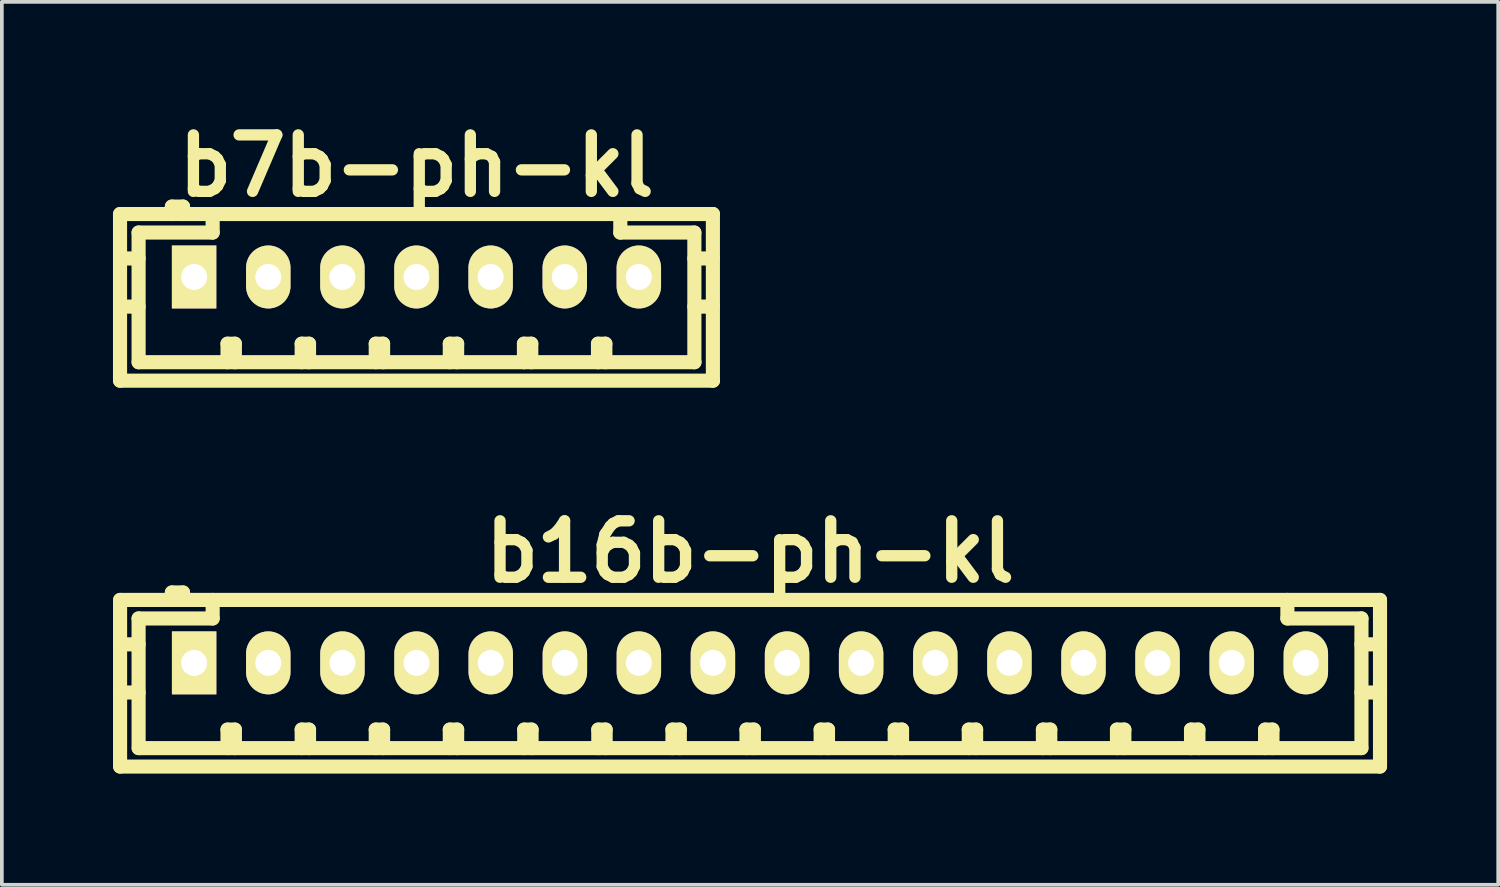
<source format=kicad_pcb>
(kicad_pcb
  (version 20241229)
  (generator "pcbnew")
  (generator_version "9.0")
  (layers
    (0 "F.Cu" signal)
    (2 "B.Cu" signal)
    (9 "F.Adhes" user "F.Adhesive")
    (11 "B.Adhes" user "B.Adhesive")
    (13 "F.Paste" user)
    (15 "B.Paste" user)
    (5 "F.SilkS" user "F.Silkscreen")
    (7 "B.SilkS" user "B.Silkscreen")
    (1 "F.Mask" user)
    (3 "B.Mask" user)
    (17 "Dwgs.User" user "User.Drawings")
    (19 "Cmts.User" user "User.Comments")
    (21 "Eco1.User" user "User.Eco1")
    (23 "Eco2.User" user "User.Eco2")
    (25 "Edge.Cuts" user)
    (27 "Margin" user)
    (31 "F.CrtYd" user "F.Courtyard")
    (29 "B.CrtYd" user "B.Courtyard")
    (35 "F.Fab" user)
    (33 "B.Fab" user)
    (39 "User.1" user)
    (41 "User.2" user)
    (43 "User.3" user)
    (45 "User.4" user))
  (footprint "b7b-ph-kl"
    (layer "F.Cu")
    (at 8.194 4.426)
    (property "Reference" "b7b-ph-kl" (at 0 -3 0) (layer "F.SilkS") (effects (font (size 1.524 1.524) (thickness 0.305))))
    (attr through_hole)
    (fp_line (start -8.004 -1.699) (end -8.004 2.799) (stroke (width 0.381) (type solid)) (layer "F.SilkS"))
    (fp_line (start -8.001 -1.699) (end 8.001 -1.699) (stroke (width 0.381) (type solid)) (layer "F.SilkS"))
    (fp_line (start -8.001 2.799) (end 8.001 2.799) (stroke (width 0.381) (type solid)) (layer "F.SilkS"))
    (fp_line (start -7.503 -1.199) (end -7.503 2.301) (stroke (width 0.381) (type solid)) (layer "F.SilkS"))
    (fp_line (start -7.503 -0.5) (end -8.004 -0.5) (stroke (width 0.381) (type solid)) (layer "F.SilkS"))
    (fp_line (start -7.503 0.8) (end -8.004 0.8) (stroke (width 0.381) (type solid)) (layer "F.SilkS"))
    (fp_line (start -6.604 -1.9) (end -6.604 -1.699) (stroke (width 0.381) (type solid)) (layer "F.SilkS"))
    (fp_line (start -6.304 -1.9) (end -6.604 -1.9) (stroke (width 0.381) (type solid)) (layer "F.SilkS"))
    (fp_line (start -6.304 -1.699) (end -6.304 -1.9) (stroke (width 0.381) (type solid)) (layer "F.SilkS"))
    (fp_line (start -5.504 -1.699) (end -5.504 -1.199) (stroke (width 0.381) (type solid)) (layer "F.SilkS"))
    (fp_line (start -5.504 -1.199) (end -7.503 -1.199) (stroke (width 0.381) (type solid)) (layer "F.SilkS"))
    (fp_line (start -5.103 1.801) (end -4.905 1.801) (stroke (width 0.381) (type solid)) (layer "F.SilkS"))
    (fp_line (start -5.103 2.301) (end -5.103 1.801) (stroke (width 0.381) (type solid)) (layer "F.SilkS"))
    (fp_line (start -4.905 1.801) (end -4.905 2.301) (stroke (width 0.381) (type solid)) (layer "F.SilkS"))
    (fp_line (start -3.101 1.801) (end -2.903 1.801) (stroke (width 0.381) (type solid)) (layer "F.SilkS"))
    (fp_line (start -3.101 2.301) (end -3.101 1.801) (stroke (width 0.381) (type solid)) (layer "F.SilkS"))
    (fp_line (start -2.903 1.801) (end -2.903 2.301) (stroke (width 0.381) (type solid)) (layer "F.SilkS"))
    (fp_line (start -1.102 1.801) (end -0.904 1.801) (stroke (width 0.381) (type solid)) (layer "F.SilkS"))
    (fp_line (start -1.102 2.301) (end -1.102 1.801) (stroke (width 0.381) (type solid)) (layer "F.SilkS"))
    (fp_line (start -0.904 1.801) (end -0.904 2.301) (stroke (width 0.381) (type solid)) (layer "F.SilkS"))
    (fp_line (start 0.897 1.801) (end 1.095 1.801) (stroke (width 0.381) (type solid)) (layer "F.SilkS"))
    (fp_line (start 0.897 2.301) (end 0.897 1.801) (stroke (width 0.381) (type solid)) (layer "F.SilkS"))
    (fp_line (start 1.095 1.801) (end 1.095 2.301) (stroke (width 0.381) (type solid)) (layer "F.SilkS"))
    (fp_line (start 2.898 1.801) (end 3.096 1.801) (stroke (width 0.381) (type solid)) (layer "F.SilkS"))
    (fp_line (start 2.898 2.301) (end 2.898 1.801) (stroke (width 0.381) (type solid)) (layer "F.SilkS"))
    (fp_line (start 3.096 1.801) (end 3.096 2.301) (stroke (width 0.381) (type solid)) (layer "F.SilkS"))
    (fp_line (start 4.897 1.801) (end 5.095 1.801) (stroke (width 0.381) (type solid)) (layer "F.SilkS"))
    (fp_line (start 4.897 2.301) (end 4.897 1.801) (stroke (width 0.381) (type solid)) (layer "F.SilkS"))
    (fp_line (start 5.095 1.801) (end 5.095 2.301) (stroke (width 0.381) (type solid)) (layer "F.SilkS"))
    (fp_line (start 5.499 -1.199) (end 5.499 -1.699) (stroke (width 0.381) (type solid)) (layer "F.SilkS"))
    (fp_line (start 7.498 -1.199) (end 5.499 -1.199) (stroke (width 0.381) (type solid)) (layer "F.SilkS"))
    (fp_line (start 7.498 0.8) (end 7.998 0.8) (stroke (width 0.381) (type solid)) (layer "F.SilkS"))
    (fp_line (start 7.498 2.301) (end 7.498 -1.199) (stroke (width 0.381) (type solid)) (layer "F.SilkS"))
    (fp_line (start 7.501 2.301) (end -7.501 2.301) (stroke (width 0.381) (type solid)) (layer "F.SilkS"))
    (fp_line (start 7.998 -1.699) (end 7.998 2.799) (stroke (width 0.381) (type solid)) (layer "F.SilkS"))
    (fp_line (start 7.998 -0.5) (end 7.498 -0.5) (stroke (width 0.381) (type solid)) (layer "F.SilkS"))
    (pad "1" thru_hole rect (at -6.005 0) (size 1.199 1.699) (drill 0.701) (layers "*.Cu" "*.Mask" "F.SilkS"))
    (pad "2" thru_hole oval (at -4.003 0) (size 1.199 1.699) (drill 0.701) (layers "*.Cu" "*.Mask" "F.SilkS"))
    (pad "3" thru_hole oval (at -2.002 0) (size 1.199 1.699) (drill 0.701) (layers "*.Cu" "*.Mask" "F.SilkS"))
    (pad "4" thru_hole oval (at -0.003 0) (size 1.199 1.699) (drill 0.701) (layers "*.Cu" "*.Mask" "F.SilkS"))
    (pad "5" thru_hole oval (at 1.999 0) (size 1.199 1.699) (drill 0.701) (layers "*.Cu" "*.Mask" "F.SilkS"))
    (pad "6" thru_hole oval (at 4 0) (size 1.199 1.699) (drill 0.701) (layers "*.Cu" "*.Mask" "F.SilkS"))
    (pad "7" thru_hole oval (at 5.999 0) (size 1.199 1.699) (drill 0.701) (layers "*.Cu" "*.Mask" "F.SilkS")))
  (footprint "b16b-ph-kl"
    (layer "F.Cu")
    (at 17.196 14.842)
    (property "Reference" "b16b-ph-kl" (at 0 -3 0) (layer "F.SilkS") (effects (font (size 1.524 1.524) (thickness 0.305))))
    (attr through_hole)
    (fp_line (start -17.005 -1.699) (end -17.005 2.799) (stroke (width 0.381) (type solid)) (layer "F.SilkS"))
    (fp_line (start -16.505 -1.199) (end -16.505 2.301) (stroke (width 0.381) (type solid)) (layer "F.SilkS"))
    (fp_line (start -16.505 -0.5) (end -17.005 -0.5) (stroke (width 0.381) (type solid)) (layer "F.SilkS"))
    (fp_line (start -16.505 0.8) (end -17.005 0.8) (stroke (width 0.381) (type solid)) (layer "F.SilkS"))
    (fp_line (start -16.5 2.301) (end 16.5 2.301) (stroke (width 0.381) (type solid)) (layer "F.SilkS"))
    (fp_line (start -15.606 -1.9) (end -15.606 -1.699) (stroke (width 0.381) (type solid)) (layer "F.SilkS"))
    (fp_line (start -15.306 -1.9) (end -15.606 -1.9) (stroke (width 0.381) (type solid)) (layer "F.SilkS"))
    (fp_line (start -15.306 -1.699) (end -15.306 -1.9) (stroke (width 0.381) (type solid)) (layer "F.SilkS"))
    (fp_line (start -14.506 -1.699) (end -14.506 -1.199) (stroke (width 0.381) (type solid)) (layer "F.SilkS"))
    (fp_line (start -14.506 -1.199) (end -16.505 -1.199) (stroke (width 0.381) (type solid)) (layer "F.SilkS"))
    (fp_line (start -14.105 1.801) (end -13.906 1.801) (stroke (width 0.381) (type solid)) (layer "F.SilkS"))
    (fp_line (start -14.105 2.301) (end -14.105 1.801) (stroke (width 0.381) (type solid)) (layer "F.SilkS"))
    (fp_line (start -13.906 1.801) (end -13.906 2.301) (stroke (width 0.381) (type solid)) (layer "F.SilkS"))
    (fp_line (start -12.103 1.801) (end -11.905 1.801) (stroke (width 0.381) (type solid)) (layer "F.SilkS"))
    (fp_line (start -12.103 2.301) (end -12.103 1.801) (stroke (width 0.381) (type solid)) (layer "F.SilkS"))
    (fp_line (start -11.905 1.801) (end -11.905 2.301) (stroke (width 0.381) (type solid)) (layer "F.SilkS"))
    (fp_line (start -10.104 1.801) (end -9.906 1.801) (stroke (width 0.381) (type solid)) (layer "F.SilkS"))
    (fp_line (start -10.104 2.301) (end -10.104 1.801) (stroke (width 0.381) (type solid)) (layer "F.SilkS"))
    (fp_line (start -9.906 1.801) (end -9.906 2.301) (stroke (width 0.381) (type solid)) (layer "F.SilkS"))
    (fp_line (start -8.105 1.801) (end -7.907 1.801) (stroke (width 0.381) (type solid)) (layer "F.SilkS"))
    (fp_line (start -8.105 2.301) (end -8.105 1.801) (stroke (width 0.381) (type solid)) (layer "F.SilkS"))
    (fp_line (start -7.907 1.801) (end -7.907 2.301) (stroke (width 0.381) (type solid)) (layer "F.SilkS"))
    (fp_line (start -6.096 1.801) (end -5.898 1.801) (stroke (width 0.381) (type solid)) (layer "F.SilkS"))
    (fp_line (start -6.096 2.301) (end -6.096 1.801) (stroke (width 0.381) (type solid)) (layer "F.SilkS"))
    (fp_line (start -5.898 1.801) (end -5.898 2.301) (stroke (width 0.381) (type solid)) (layer "F.SilkS"))
    (fp_line (start -4.097 1.801) (end -3.899 1.801) (stroke (width 0.381) (type solid)) (layer "F.SilkS"))
    (fp_line (start -4.097 2.301) (end -4.097 1.801) (stroke (width 0.381) (type solid)) (layer "F.SilkS"))
    (fp_line (start -3.899 1.801) (end -3.899 2.301) (stroke (width 0.381) (type solid)) (layer "F.SilkS"))
    (fp_line (start -2.095 1.801) (end -1.897 1.801) (stroke (width 0.381) (type solid)) (layer "F.SilkS"))
    (fp_line (start -2.095 2.301) (end -2.095 1.801) (stroke (width 0.381) (type solid)) (layer "F.SilkS"))
    (fp_line (start -1.897 1.801) (end -1.897 2.301) (stroke (width 0.381) (type solid)) (layer "F.SilkS"))
    (fp_line (start -0.097 1.801) (end 0.102 1.801) (stroke (width 0.381) (type solid)) (layer "F.SilkS"))
    (fp_line (start -0.097 2.301) (end -0.097 1.801) (stroke (width 0.381) (type solid)) (layer "F.SilkS"))
    (fp_line (start 0.102 1.801) (end 0.102 2.301) (stroke (width 0.381) (type solid)) (layer "F.SilkS"))
    (fp_line (start 1.905 1.801) (end 2.103 1.801) (stroke (width 0.381) (type solid)) (layer "F.SilkS"))
    (fp_line (start 1.905 2.301) (end 1.905 1.801) (stroke (width 0.381) (type solid)) (layer "F.SilkS"))
    (fp_line (start 2.103 1.801) (end 2.103 2.301) (stroke (width 0.381) (type solid)) (layer "F.SilkS"))
    (fp_line (start 3.904 1.801) (end 4.102 1.801) (stroke (width 0.381) (type solid)) (layer "F.SilkS"))
    (fp_line (start 3.904 2.301) (end 3.904 1.801) (stroke (width 0.381) (type solid)) (layer "F.SilkS"))
    (fp_line (start 4.102 1.801) (end 4.102 2.301) (stroke (width 0.381) (type solid)) (layer "F.SilkS"))
    (fp_line (start 5.903 1.801) (end 6.101 1.801) (stroke (width 0.381) (type solid)) (layer "F.SilkS"))
    (fp_line (start 5.903 2.301) (end 5.903 1.801) (stroke (width 0.381) (type solid)) (layer "F.SilkS"))
    (fp_line (start 6.101 1.801) (end 6.101 2.301) (stroke (width 0.381) (type solid)) (layer "F.SilkS"))
    (fp_line (start 7.904 1.801) (end 8.103 1.801) (stroke (width 0.381) (type solid)) (layer "F.SilkS"))
    (fp_line (start 7.904 2.301) (end 7.904 1.801) (stroke (width 0.381) (type solid)) (layer "F.SilkS"))
    (fp_line (start 8.103 1.801) (end 8.103 2.301) (stroke (width 0.381) (type solid)) (layer "F.SilkS"))
    (fp_line (start 9.903 1.801) (end 10.102 1.801) (stroke (width 0.381) (type solid)) (layer "F.SilkS"))
    (fp_line (start 9.903 2.301) (end 9.903 1.801) (stroke (width 0.381) (type solid)) (layer "F.SilkS"))
    (fp_line (start 10.102 1.801) (end 10.102 2.301) (stroke (width 0.381) (type solid)) (layer "F.SilkS"))
    (fp_line (start 11.902 1.801) (end 12.101 1.801) (stroke (width 0.381) (type solid)) (layer "F.SilkS"))
    (fp_line (start 11.902 2.301) (end 11.902 1.801) (stroke (width 0.381) (type solid)) (layer "F.SilkS"))
    (fp_line (start 12.101 1.801) (end 12.101 2.301) (stroke (width 0.381) (type solid)) (layer "F.SilkS"))
    (fp_line (start 13.901 1.801) (end 14.1 1.801) (stroke (width 0.381) (type solid)) (layer "F.SilkS"))
    (fp_line (start 13.901 2.301) (end 13.901 1.801) (stroke (width 0.381) (type solid)) (layer "F.SilkS"))
    (fp_line (start 14.1 1.801) (end 14.1 2.301) (stroke (width 0.381) (type solid)) (layer "F.SilkS"))
    (fp_line (start 14.503 -1.199) (end 14.503 -1.699) (stroke (width 0.381) (type solid)) (layer "F.SilkS"))
    (fp_line (start 16.502 -1.199) (end 14.503 -1.199) (stroke (width 0.381) (type solid)) (layer "F.SilkS"))
    (fp_line (start 16.502 0.8) (end 17.003 0.8) (stroke (width 0.381) (type solid)) (layer "F.SilkS"))
    (fp_line (start 16.502 2.301) (end 16.502 -1.199) (stroke (width 0.381) (type solid)) (layer "F.SilkS"))
    (fp_line (start 17 -1.699) (end -17 -1.699) (stroke (width 0.381) (type solid)) (layer "F.SilkS"))
    (fp_line (start 17 2.799) (end -17 2.799) (stroke (width 0.381) (type solid)) (layer "F.SilkS"))
    (fp_line (start 17.003 -1.699) (end 17.003 2.799) (stroke (width 0.381) (type solid)) (layer "F.SilkS"))
    (fp_line (start 17.003 -0.5) (end 16.502 -0.5) (stroke (width 0.381) (type solid)) (layer "F.SilkS"))
    (pad "1" thru_hole rect (at -15.006 0) (size 1.199 1.699) (drill 0.701) (layers "*.Cu" "*.Mask" "F.SilkS"))
    (pad "2" thru_hole oval (at -13.005 0) (size 1.199 1.699) (drill 0.701) (layers "*.Cu" "*.Mask" "F.SilkS"))
    (pad "3" thru_hole oval (at -11.003 0) (size 1.199 1.699) (drill 0.701) (layers "*.Cu" "*.Mask" "F.SilkS"))
    (pad "4" thru_hole oval (at -9.004 0) (size 1.199 1.699) (drill 0.701) (layers "*.Cu" "*.Mask" "F.SilkS"))
    (pad "5" thru_hole oval (at -7 0) (size 1.199 1.699) (drill 0.701) (layers "*.Cu" "*.Mask" "F.SilkS"))
    (pad "6" thru_hole oval (at -4.999 0) (size 1.199 1.699) (drill 0.701) (layers "*.Cu" "*.Mask" "F.SilkS"))
    (pad "7" thru_hole oval (at -3.002 0) (size 1.199 1.699) (drill 0.701) (layers "*.Cu" "*.Mask" "F.SilkS"))
    (pad "8" thru_hole oval (at -1.003 0) (size 1.199 1.699) (drill 0.701) (layers "*.Cu" "*.Mask" "F.SilkS"))
    (pad "9" thru_hole oval (at 0.998 0) (size 1.199 1.699) (drill 0.701) (layers "*.Cu" "*.Mask" "F.SilkS"))
    (pad "10" thru_hole oval (at 2.997 0) (size 1.199 1.699) (drill 0.701) (layers "*.Cu" "*.Mask" "F.SilkS"))
    (pad "11" thru_hole oval (at 4.999 0) (size 1.199 1.699) (drill 0.701) (layers "*.Cu" "*.Mask" "F.SilkS"))
    (pad "12" thru_hole oval (at 7 0) (size 1.199 1.699) (drill 0.701) (layers "*.Cu" "*.Mask" "F.SilkS"))
    (pad "13" thru_hole oval (at 8.999 0) (size 1.199 1.699) (drill 0.701) (layers "*.Cu" "*.Mask" "F.SilkS"))
    (pad "14" thru_hole oval (at 10.998 0) (size 1.199 1.699) (drill 0.701) (layers "*.Cu" "*.Mask" "F.SilkS"))
    (pad "15" thru_hole oval (at 13 0) (size 1.199 1.699) (drill 0.701) (layers "*.Cu" "*.Mask" "F.SilkS"))
    (pad "16" thru_hole oval (at 15.001 0) (size 1.199 1.699) (drill 0.701) (layers "*.Cu" "*.Mask" "F.SilkS")))
  (gr_rect
    (start -3 -3)
    (end 37.389 20.832)
    (stroke (width 0.1) (type default))
    (fill no)
    (layer "Edge.Cuts")))
</source>
